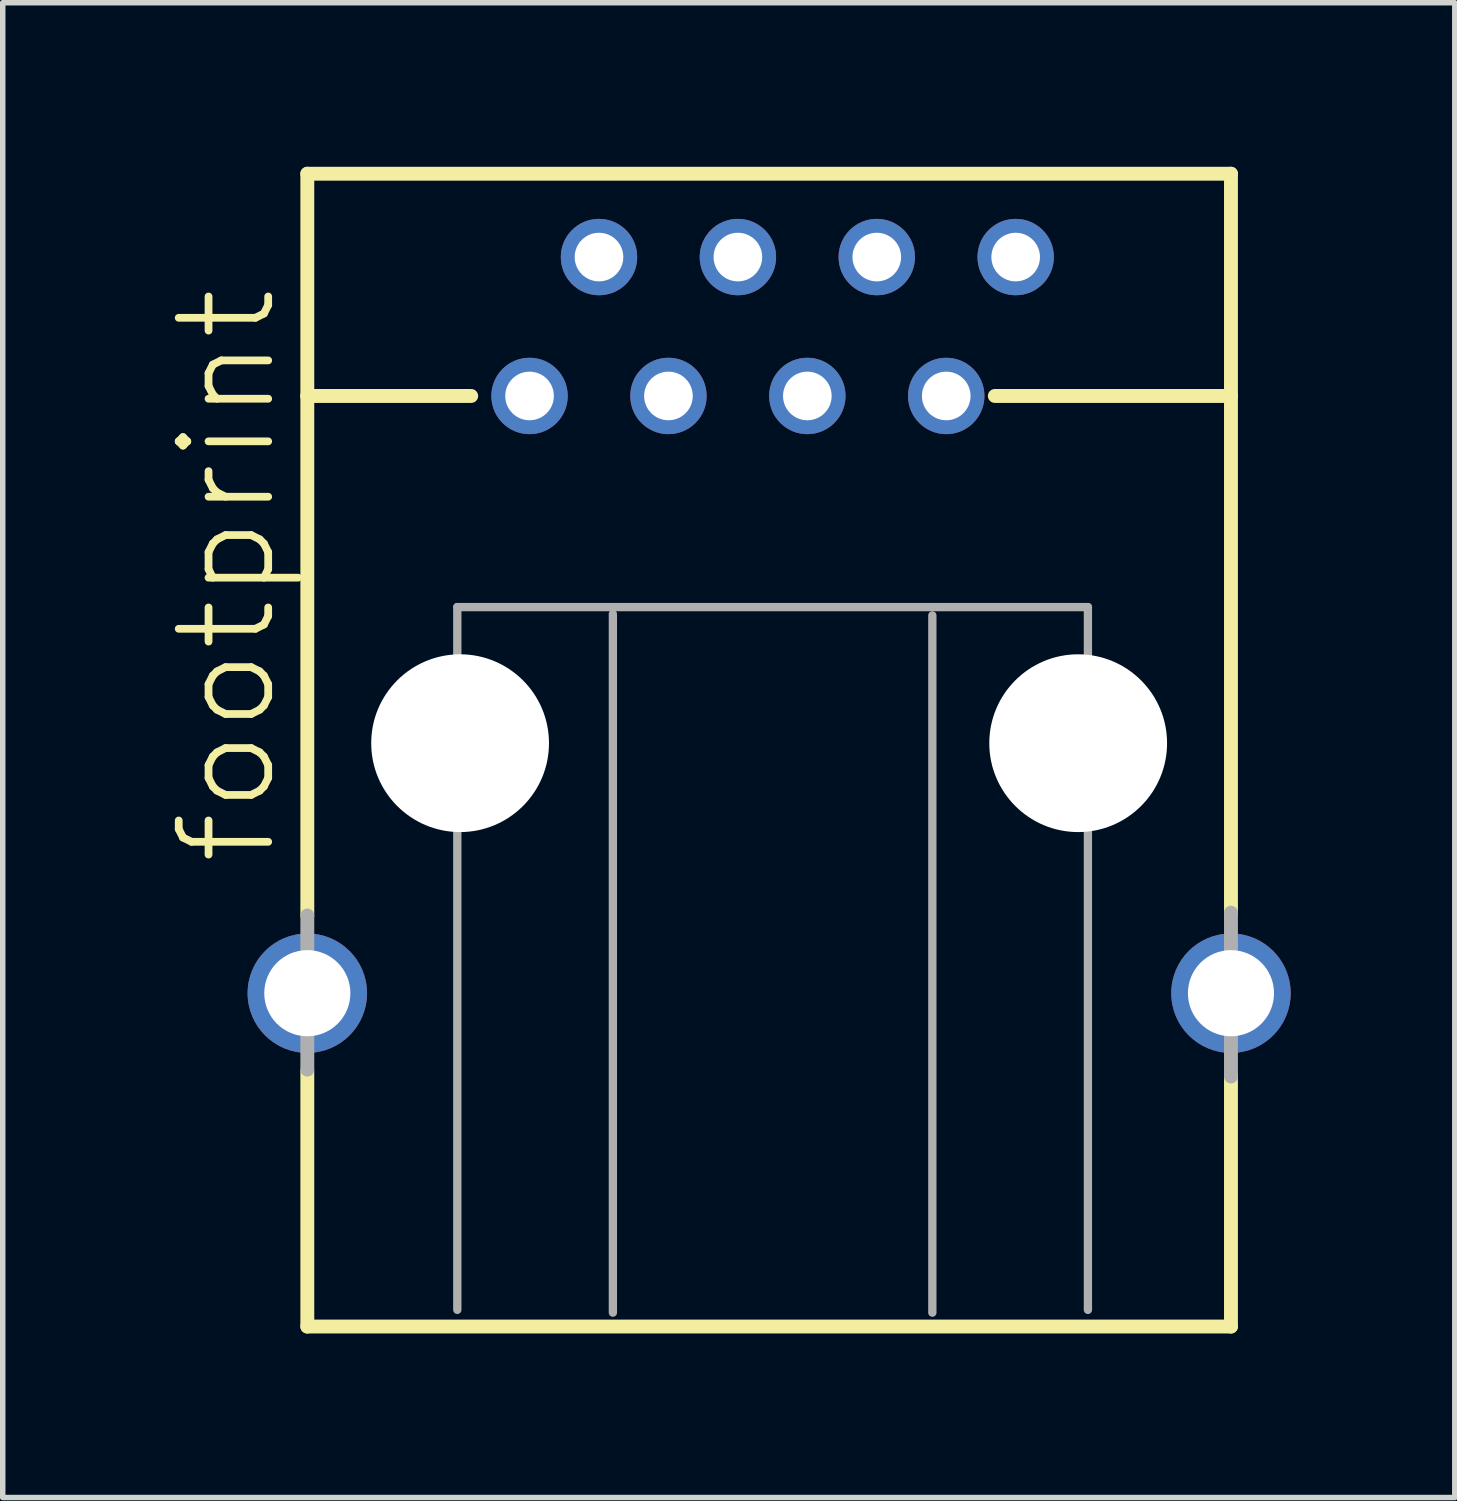
<source format=kicad_pcb>
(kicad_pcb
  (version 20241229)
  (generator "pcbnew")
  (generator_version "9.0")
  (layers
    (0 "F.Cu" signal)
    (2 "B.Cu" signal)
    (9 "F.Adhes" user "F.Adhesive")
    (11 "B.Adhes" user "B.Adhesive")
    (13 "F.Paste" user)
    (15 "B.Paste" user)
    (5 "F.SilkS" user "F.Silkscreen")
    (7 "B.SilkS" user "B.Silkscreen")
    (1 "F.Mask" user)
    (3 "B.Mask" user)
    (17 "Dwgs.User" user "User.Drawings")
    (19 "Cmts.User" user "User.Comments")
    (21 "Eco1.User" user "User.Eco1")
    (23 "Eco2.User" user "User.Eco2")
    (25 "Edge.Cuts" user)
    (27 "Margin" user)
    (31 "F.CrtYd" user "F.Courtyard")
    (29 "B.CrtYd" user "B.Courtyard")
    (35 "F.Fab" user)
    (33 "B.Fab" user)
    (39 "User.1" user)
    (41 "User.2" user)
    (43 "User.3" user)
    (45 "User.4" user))
  (footprint "footprint"
    (layer "F.Cu")
    (at 11.079 10.541)
    (property "Reference" "footprint" (at -9.017 2.286 90) (layer "F.SilkS") (effects (font (size 1.636 1.636) (thickness 0.142)) (justify left bottom)))
    (fp_line (start -8.509 -10.414) (end -8.509 -6.35) (stroke (width 0.254) (type solid)) (layer "F.SilkS"))
    (fp_line (start -8.509 -6.35) (end -8.509 3.15) (stroke (width 0.254) (type solid)) (layer "F.SilkS"))
    (fp_line (start -8.509 5.994) (end -8.509 10.668) (stroke (width 0.254) (type solid)) (layer "F.SilkS"))
    (fp_line (start -8.509 10.668) (end 8.382 10.668) (stroke (width 0.254) (type solid)) (layer "F.SilkS"))
    (fp_line (start -5.512 -6.35) (end -8.509 -6.35) (stroke (width 0.254) (type solid)) (layer "F.SilkS"))
    (fp_line (start 4.064 -6.35) (end 8.382 -6.35) (stroke (width 0.254) (type solid)) (layer "F.SilkS"))
    (fp_line (start 8.382 -10.414) (end -8.509 -10.414) (stroke (width 0.254) (type solid)) (layer "F.SilkS"))
    (fp_line (start 8.382 -6.35) (end 8.382 -10.414) (stroke (width 0.254) (type solid)) (layer "F.SilkS"))
    (fp_line (start 8.382 3.099) (end 8.382 -6.35) (stroke (width 0.254) (type solid)) (layer "F.SilkS"))
    (fp_line (start 8.382 10.668) (end 8.382 6.071) (stroke (width 0.254) (type solid)) (layer "F.SilkS"))
    (fp_line (start -8.509 3.15) (end -8.509 5.969) (stroke (width 0.254) (type solid)) (layer "F.Fab"))
    (fp_line (start -5.766 -2.489) (end -5.766 10.363) (stroke (width 0.152) (type solid)) (layer "F.Fab"))
    (fp_line (start -2.921 10.414) (end -2.921 -2.362) (stroke (width 0.152) (type solid)) (layer "F.Fab"))
    (fp_line (start 2.921 -2.337) (end 2.921 10.414) (stroke (width 0.152) (type solid)) (layer "F.Fab"))
    (fp_line (start 5.766 -2.489) (end -5.766 -2.489) (stroke (width 0.152) (type solid)) (layer "F.Fab"))
    (fp_line (start 5.766 10.363) (end 5.766 -2.489) (stroke (width 0.152) (type solid)) (layer "F.Fab"))
    (fp_line (start 8.382 6.096) (end 8.382 3.099) (stroke (width 0.254) (type solid)) (layer "F.Fab"))
    (pad "" np_thru_hole circle (at -5.715 0) (size 3.251 3.251) (drill 3.251) (layers "*.Cu" "*.Mask"))
    (pad "" np_thru_hole circle (at 5.588 0) (size 3.251 3.251) (drill 3.251) (layers "*.Cu" "*.Mask"))
    (pad "1-1" thru_hole circle (at -4.445 -6.35) (size 1.397 1.397) (drill 0.889) (layers "*.Cu" "*.Mask"))
    (pad "1-2" thru_hole circle (at -3.175 -8.89) (size 1.397 1.397) (drill 0.889) (layers "*.Cu" "*.Mask"))
    (pad "1-3" thru_hole circle (at -1.905 -6.35) (size 1.397 1.397) (drill 0.889) (layers "*.Cu" "*.Mask"))
    (pad "1-4" thru_hole circle (at -0.635 -8.89) (size 1.397 1.397) (drill 0.889) (layers "*.Cu" "*.Mask"))
    (pad "1-5" thru_hole circle (at 0.635 -6.35) (size 1.397 1.397) (drill 0.889) (layers "*.Cu" "*.Mask"))
    (pad "1-6" thru_hole circle (at 1.905 -8.89) (size 1.397 1.397) (drill 0.889) (layers "*.Cu" "*.Mask"))
    (pad "1-7" thru_hole circle (at 3.175 -6.35) (size 1.397 1.397) (drill 0.889) (layers "*.Cu" "*.Mask"))
    (pad "1-8" thru_hole circle (at 4.445 -8.89) (size 1.397 1.397) (drill 0.889) (layers "*.Cu" "*.Mask"))
    (pad "G1" thru_hole circle (at -8.509 4.572) (size 2.184 2.184) (drill 1.575) (layers "*.Cu" "*.Mask"))
    (pad "G2" thru_hole circle (at 8.382 4.572) (size 2.184 2.184) (drill 1.575) (layers "*.Cu" "*.Mask")))
  (gr_rect
    (start -3 -3)
    (end 23.554 24.336)
    (stroke (width 0.1) (type default))
    (fill no)
    (layer "Edge.Cuts")))
</source>
